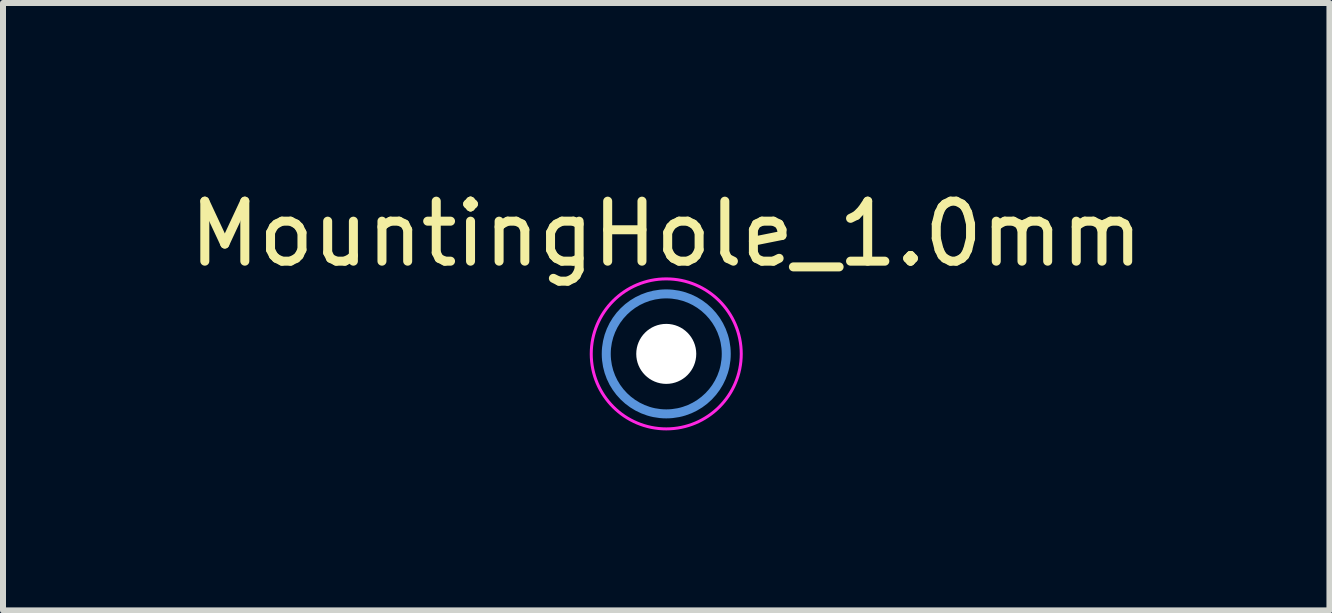
<source format=kicad_pcb>
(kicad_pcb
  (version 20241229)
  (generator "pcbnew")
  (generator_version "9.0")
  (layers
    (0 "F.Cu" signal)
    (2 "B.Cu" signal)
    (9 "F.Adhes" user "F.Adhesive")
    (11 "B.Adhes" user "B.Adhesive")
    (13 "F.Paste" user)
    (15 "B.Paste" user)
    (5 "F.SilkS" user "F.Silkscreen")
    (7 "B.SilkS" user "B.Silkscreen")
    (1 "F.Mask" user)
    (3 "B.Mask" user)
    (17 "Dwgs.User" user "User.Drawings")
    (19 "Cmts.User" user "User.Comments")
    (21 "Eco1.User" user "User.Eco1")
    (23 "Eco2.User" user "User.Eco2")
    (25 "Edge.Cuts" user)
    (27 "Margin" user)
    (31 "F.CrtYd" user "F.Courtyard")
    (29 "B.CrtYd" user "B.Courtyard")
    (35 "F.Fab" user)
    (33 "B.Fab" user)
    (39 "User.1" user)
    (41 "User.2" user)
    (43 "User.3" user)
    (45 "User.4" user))
  (footprint "MountingHole_1.0mm"
    (layer "F.Cu")
    (at 8.054 2.848)
    (property "Reference" "MountingHole_1.0mm" (at 0 -2 0) (layer "F.SilkS") (effects (font (size 1 1) (thickness 0.15))))
    (attr through_hole)
    (fp_circle (center 0 0) (end 1 0) (stroke (width 0.15) (type solid)) (fill no) (layer "Cmts.User"))
    (fp_circle (center 0 0) (end 1.25 0) (stroke (width 0.05) (type solid)) (fill no) (layer "F.CrtYd"))
    (pad "" np_thru_hole circle (at 0 0) (size 1 1) (drill 1) (layers "*.Cu" "*.Mask")))
  (gr_rect
    (start -3 -3)
    (end 19.107 7.123)
    (stroke (width 0.1) (type default))
    (fill no)
    (layer "Edge.Cuts")))
</source>
